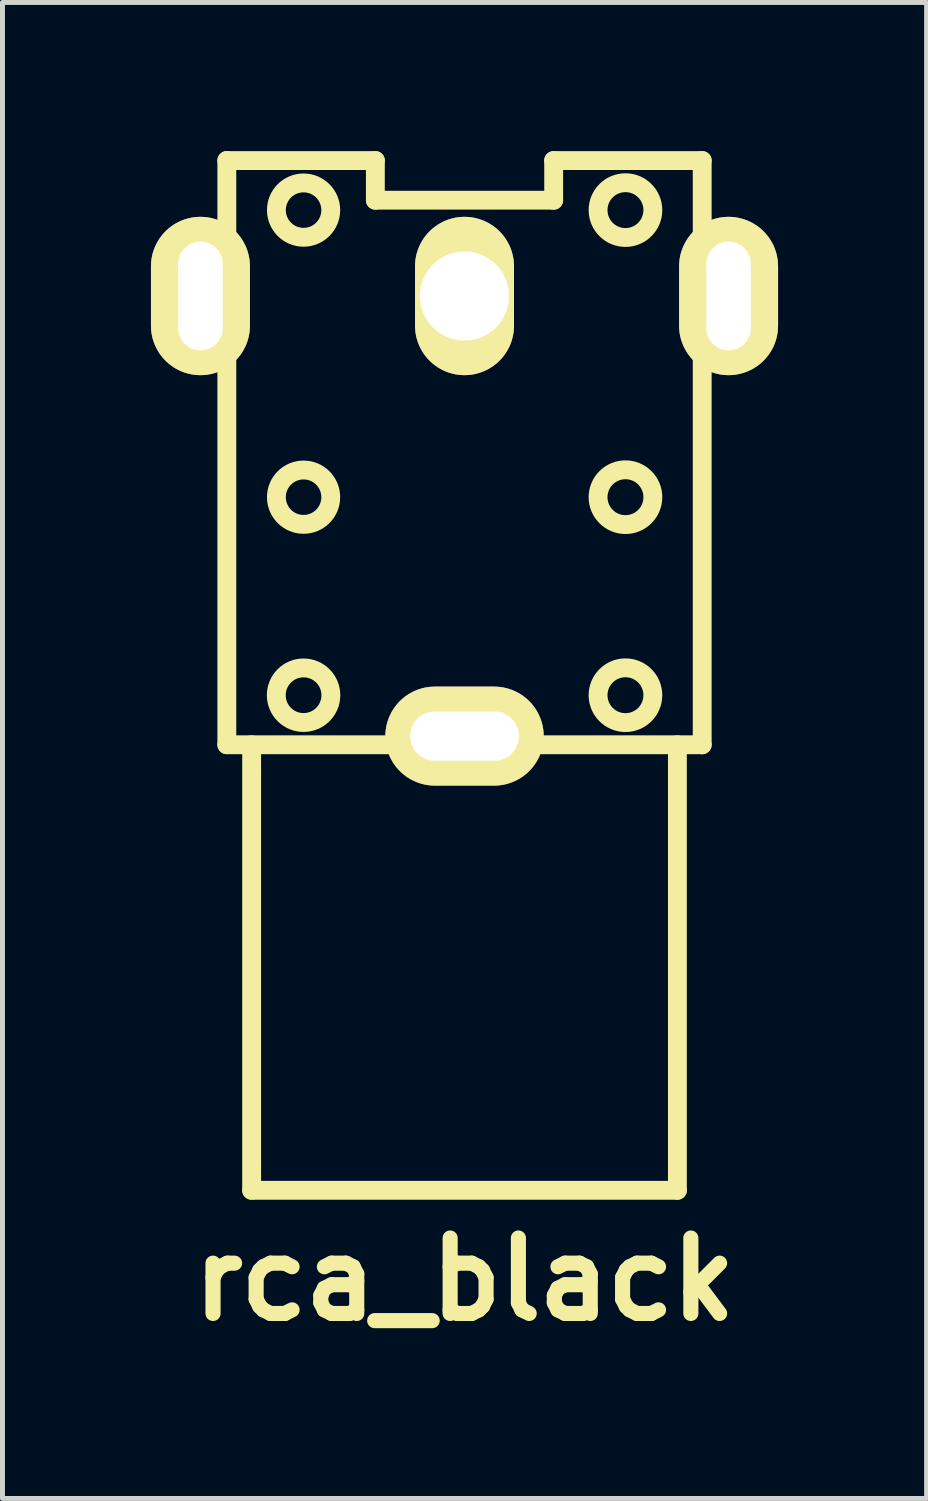
<source format=kicad_pcb>
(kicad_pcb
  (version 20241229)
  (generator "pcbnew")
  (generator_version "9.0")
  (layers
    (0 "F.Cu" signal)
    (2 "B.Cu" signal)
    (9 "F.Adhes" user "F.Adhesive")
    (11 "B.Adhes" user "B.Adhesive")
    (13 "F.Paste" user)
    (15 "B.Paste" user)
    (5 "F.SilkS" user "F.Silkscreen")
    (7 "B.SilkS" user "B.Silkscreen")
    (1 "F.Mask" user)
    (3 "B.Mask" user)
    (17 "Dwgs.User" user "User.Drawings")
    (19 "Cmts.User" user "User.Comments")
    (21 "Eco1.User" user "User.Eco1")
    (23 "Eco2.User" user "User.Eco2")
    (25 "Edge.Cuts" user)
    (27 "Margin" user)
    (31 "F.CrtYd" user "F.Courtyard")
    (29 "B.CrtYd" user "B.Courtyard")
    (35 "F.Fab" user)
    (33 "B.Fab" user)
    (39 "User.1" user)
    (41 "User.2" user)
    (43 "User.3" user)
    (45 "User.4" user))
  (footprint "rca_black"
    (layer "F.Cu")
    (at 6.333 6.993)
    (property "Reference" "rca_black" (at 0 15.799 0) (layer "F.SilkS") (effects (font (size 1.524 1.524) (thickness 0.305))))
    (attr through_hole)
    (fp_line (start -5.654 -4.9) (end -5.055 -4.9) (stroke (width 0.381) (type solid)) (layer "F.SilkS"))
    (fp_line (start -5.654 -3.099) (end -5.654 -4.9) (stroke (width 0.381) (type solid)) (layer "F.SilkS"))
    (fp_line (start -5.055 -3.099) (end -5.654 -3.099) (stroke (width 0.381) (type solid)) (layer "F.SilkS"))
    (fp_line (start -4.801 -6.8) (end -1.801 -6.8) (stroke (width 0.381) (type solid)) (layer "F.SilkS"))
    (fp_line (start -4.801 4.999) (end -4.801 -6.802) (stroke (width 0.381) (type solid)) (layer "F.SilkS"))
    (fp_line (start -4.3 5.001) (end -4.3 14) (stroke (width 0.381) (type solid)) (layer "F.SilkS"))
    (fp_line (start -4.3 14) (end 4.3 14) (stroke (width 0.381) (type solid)) (layer "F.SilkS"))
    (fp_line (start -1.801 -6.8) (end -1.801 -5.999) (stroke (width 0.381) (type solid)) (layer "F.SilkS"))
    (fp_line (start -1.801 -5.999) (end 1.801 -5.999) (stroke (width 0.381) (type solid)) (layer "F.SilkS"))
    (fp_line (start 1.801 -6.8) (end 4.801 -6.8) (stroke (width 0.381) (type solid)) (layer "F.SilkS"))
    (fp_line (start 1.801 -5.999) (end 1.801 -6.8) (stroke (width 0.381) (type solid)) (layer "F.SilkS"))
    (fp_line (start 4.3 14) (end 4.3 5.001) (stroke (width 0.381) (type solid)) (layer "F.SilkS"))
    (fp_line (start 4.801 -6.8) (end 4.801 5.001) (stroke (width 0.381) (type solid)) (layer "F.SilkS"))
    (fp_line (start 4.801 5.001) (end -4.801 5.001) (stroke (width 0.381) (type solid)) (layer "F.SilkS"))
    (fp_line (start 5.055 -4.9) (end 5.654 -4.9) (stroke (width 0.381) (type solid)) (layer "F.SilkS"))
    (fp_line (start 5.654 -4.9) (end 5.654 -3.099) (stroke (width 0.381) (type solid)) (layer "F.SilkS"))
    (fp_line (start 5.654 -3.099) (end 5.055 -3.099) (stroke (width 0.381) (type solid)) (layer "F.SilkS"))
    (fp_circle (center -3.251 -5.799) (end -3.8 -5.799) (stroke (width 0.381) (type solid)) (fill no) (layer "F.SilkS"))
    (fp_circle (center -3.251 0) (end -3.8 0) (stroke (width 0.381) (type solid)) (fill no) (layer "F.SilkS"))
    (fp_circle (center -3.251 4) (end -3.8 3.95) (stroke (width 0.381) (type solid)) (fill no) (layer "F.SilkS"))
    (fp_circle (center 3.251 -5.799) (end 2.7 -5.85) (stroke (width 0.381) (type solid)) (fill no) (layer "F.SilkS"))
    (fp_circle (center 3.251 0) (end 2.7 -0.051) (stroke (width 0.381) (type solid)) (fill no) (layer "F.SilkS"))
    (fp_circle (center 3.251 4) (end 2.7 4.049) (stroke (width 0.381) (type solid)) (fill no) (layer "F.SilkS"))
    (pad "1" thru_hole oval (at -5.334 -4.064) (size 1.999 3.198) (drill oval 0.9 2.197) (layers "*.Cu" "*.Mask" "F.SilkS"))
    (pad "1" thru_hole oval (at 0 4.826) (size 3.198 1.999) (drill oval 2.197 0.996) (layers "*.Cu" "*.Mask" "F.SilkS"))
    (pad "1" thru_hole oval (at 5.334 -4.064) (size 1.999 3.198) (drill oval 0.9 2.197) (layers "*.Cu" "*.Mask" "F.SilkS"))
    (pad "2" thru_hole oval (at 0 -4.064) (size 1.999 3.198) (drill 1.8) (layers "*.Cu" "*.Mask" "F.SilkS")))
  (gr_rect
    (start -3 -3)
    (end 15.667 27.218)
    (stroke (width 0.1) (type default))
    (fill no)
    (layer "Edge.Cuts")))
</source>
